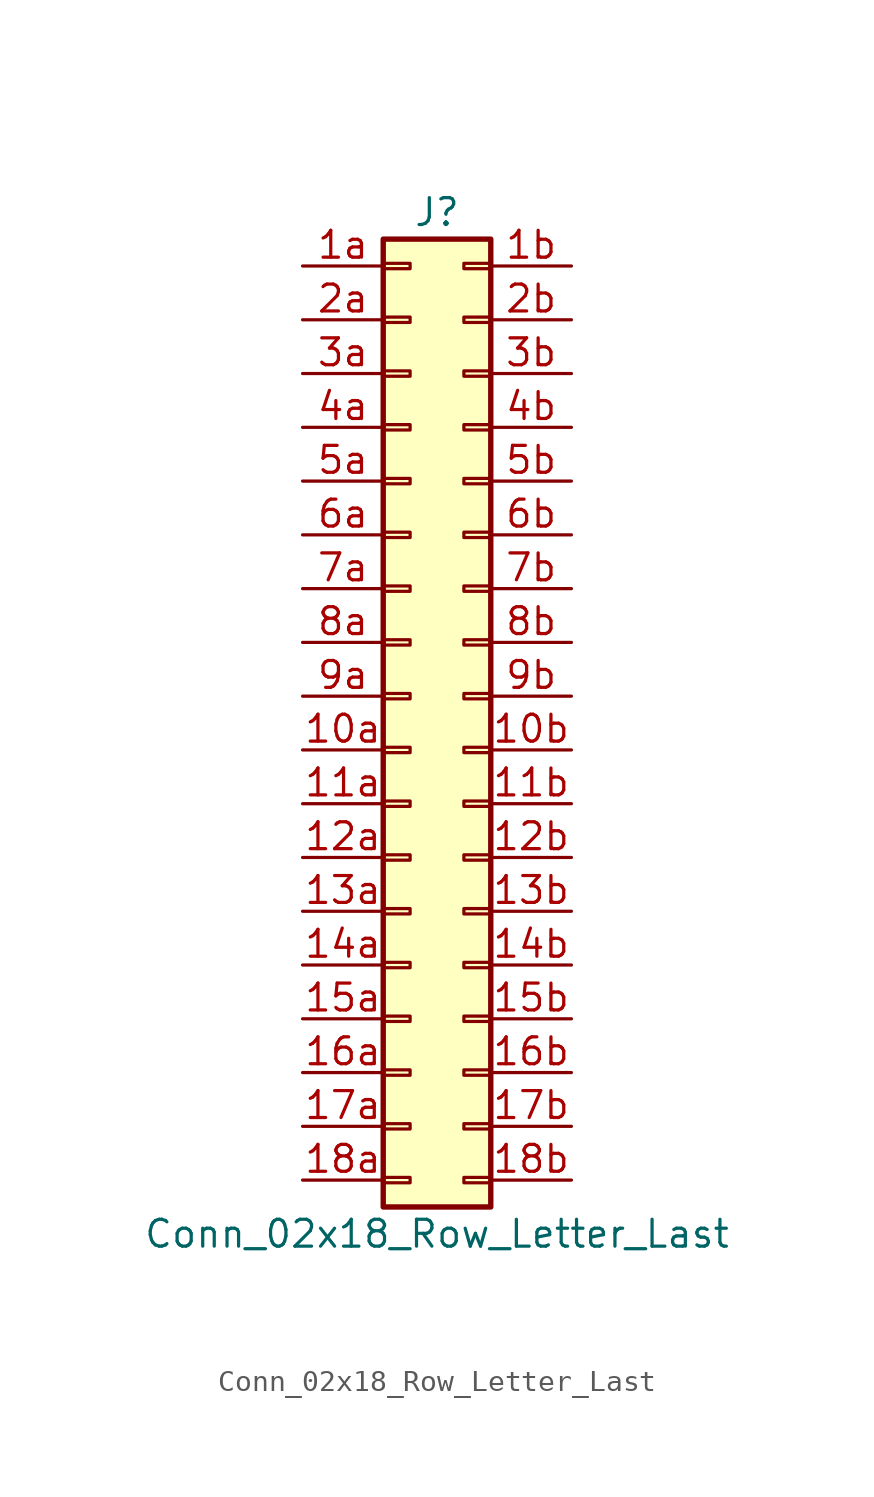
<source format=kicad_sym>
(kicad_symbol_lib
  (version 20220914)
  (generator kicad_symbol_editor)
  (symbol "Conn_02x18_Row_Letter_Last"
    (pin_names
      (offset 1.016) hide)
    (property "Reference" "J"
      (at 1.27 22.86 0)
      (effects (font (size 1.27 1.27))))
    (property "Value" "Conn_02x18_Row_Letter_Last"
      (at 1.27 -25.4 0)
      (effects (font (size 1.27 1.27))))
    (symbol "Conn_02x18_Row_Letter_Last_1_1"
      (rectangle (start -1.27 -22.733) (end 0 -22.987) (stroke (width 0.152) (type solid)) (fill (type none)))
      (rectangle (start -1.27 -20.193) (end 0 -20.447) (stroke (width 0.152) (type solid)) (fill (type none)))
      (rectangle (start -1.27 -17.653) (end 0 -17.907) (stroke (width 0.152) (type solid)) (fill (type none)))
      (rectangle (start -1.27 -15.113) (end 0 -15.367) (stroke (width 0.152) (type solid)) (fill (type none)))
      (rectangle (start -1.27 -12.573) (end 0 -12.827) (stroke (width 0.152) (type solid)) (fill (type none)))
      (rectangle (start -1.27 -10.033) (end 0 -10.287) (stroke (width 0.152) (type solid)) (fill (type none)))
      (rectangle (start -1.27 -7.493) (end 0 -7.747) (stroke (width 0.152) (type solid)) (fill (type none)))
      (rectangle (start -1.27 -4.953) (end 0 -5.207) (stroke (width 0.152) (type solid)) (fill (type none)))
      (rectangle (start -1.27 -2.413) (end 0 -2.667) (stroke (width 0.152) (type solid)) (fill (type none)))
      (rectangle (start -1.27 0.127) (end 0 -0.127) (stroke (width 0.152) (type solid)) (fill (type none)))
      (rectangle (start -1.27 2.667) (end 0 2.413) (stroke (width 0.152) (type solid)) (fill (type none)))
      (rectangle (start -1.27 5.207) (end 0 4.953) (stroke (width 0.152) (type solid)) (fill (type none)))
      (rectangle (start -1.27 7.747) (end 0 7.493) (stroke (width 0.152) (type solid)) (fill (type none)))
      (rectangle (start -1.27 10.287) (end 0 10.033) (stroke (width 0.152) (type solid)) (fill (type none)))
      (rectangle (start -1.27 12.827) (end 0 12.573) (stroke (width 0.152) (type solid)) (fill (type none)))
      (rectangle (start -1.27 15.367) (end 0 15.113) (stroke (width 0.152) (type solid)) (fill (type none)))
      (rectangle (start -1.27 17.907) (end 0 17.653) (stroke (width 0.152) (type solid)) (fill (type none)))
      (rectangle (start -1.27 20.447) (end 0 20.193) (stroke (width 0.152) (type solid)) (fill (type none)))
      (rectangle (start -1.27 21.59) (end 3.81 -24.13) (stroke (width 0.254) (type solid)) (fill (type background)))
      (rectangle (start 3.81 -22.733) (end 2.54 -22.987) (stroke (width 0.152) (type solid)) (fill (type none)))
      (rectangle (start 3.81 -20.193) (end 2.54 -20.447) (stroke (width 0.152) (type solid)) (fill (type none)))
      (rectangle (start 3.81 -17.653) (end 2.54 -17.907) (stroke (width 0.152) (type solid)) (fill (type none)))
      (rectangle (start 3.81 -15.113) (end 2.54 -15.367) (stroke (width 0.152) (type solid)) (fill (type none)))
      (rectangle (start 3.81 -12.573) (end 2.54 -12.827) (stroke (width 0.152) (type solid)) (fill (type none)))
      (rectangle (start 3.81 -10.033) (end 2.54 -10.287) (stroke (width 0.152) (type solid)) (fill (type none)))
      (rectangle (start 3.81 -7.493) (end 2.54 -7.747) (stroke (width 0.152) (type solid)) (fill (type none)))
      (rectangle (start 3.81 -4.953) (end 2.54 -5.207) (stroke (width 0.152) (type solid)) (fill (type none)))
      (rectangle (start 3.81 -2.413) (end 2.54 -2.667) (stroke (width 0.152) (type solid)) (fill (type none)))
      (rectangle (start 3.81 0.127) (end 2.54 -0.127) (stroke (width 0.152) (type solid)) (fill (type none)))
      (rectangle (start 3.81 2.667) (end 2.54 2.413) (stroke (width 0.152) (type solid)) (fill (type none)))
      (rectangle (start 3.81 5.207) (end 2.54 4.953) (stroke (width 0.152) (type solid)) (fill (type none)))
      (rectangle (start 3.81 7.747) (end 2.54 7.493) (stroke (width 0.152) (type solid)) (fill (type none)))
      (rectangle (start 3.81 10.287) (end 2.54 10.033) (stroke (width 0.152) (type solid)) (fill (type none)))
      (rectangle (start 3.81 12.827) (end 2.54 12.573) (stroke (width 0.152) (type solid)) (fill (type none)))
      (rectangle (start 3.81 15.367) (end 2.54 15.113) (stroke (width 0.152) (type solid)) (fill (type none)))
      (rectangle (start 3.81 17.907) (end 2.54 17.653) (stroke (width 0.152) (type solid)) (fill (type none)))
      (rectangle (start 3.81 20.447) (end 2.54 20.193) (stroke (width 0.152) (type solid)) (fill (type none)))
      (pin passive line (at -5.08 -2.54 0) (length 3.81) (name "Pin_10a" (effects (font (size 1.27 1.27)))) (number "10a" (effects (font (size 1.27 1.27)))))
      (pin passive line (at 7.62 -2.54 180) (length 3.81) (name "Pin_10b" (effects (font (size 1.27 1.27)))) (number "10b" (effects (font (size 1.27 1.27)))))
      (pin passive line (at -5.08 -5.08 0) (length 3.81) (name "Pin_11a" (effects (font (size 1.27 1.27)))) (number "11a" (effects (font (size 1.27 1.27)))))
      (pin passive line (at 7.62 -5.08 180) (length 3.81) (name "Pin_11b" (effects (font (size 1.27 1.27)))) (number "11b" (effects (font (size 1.27 1.27)))))
      (pin passive line (at -5.08 -7.62 0) (length 3.81) (name "Pin_12a" (effects (font (size 1.27 1.27)))) (number "12a" (effects (font (size 1.27 1.27)))))
      (pin passive line (at 7.62 -7.62 180) (length 3.81) (name "Pin_12b" (effects (font (size 1.27 1.27)))) (number "12b" (effects (font (size 1.27 1.27)))))
      (pin passive line (at -5.08 -10.16 0) (length 3.81) (name "Pin_13a" (effects (font (size 1.27 1.27)))) (number "13a" (effects (font (size 1.27 1.27)))))
      (pin passive line (at 7.62 -10.16 180) (length 3.81) (name "Pin_13b" (effects (font (size 1.27 1.27)))) (number "13b" (effects (font (size 1.27 1.27)))))
      (pin passive line (at -5.08 -12.7 0) (length 3.81) (name "Pin_14a" (effects (font (size 1.27 1.27)))) (number "14a" (effects (font (size 1.27 1.27)))))
      (pin passive line (at 7.62 -12.7 180) (length 3.81) (name "Pin_14b" (effects (font (size 1.27 1.27)))) (number "14b" (effects (font (size 1.27 1.27)))))
      (pin passive line (at -5.08 -15.24 0) (length 3.81) (name "Pin_15a" (effects (font (size 1.27 1.27)))) (number "15a" (effects (font (size 1.27 1.27)))))
      (pin passive line (at 7.62 -15.24 180) (length 3.81) (name "Pin_15b" (effects (font (size 1.27 1.27)))) (number "15b" (effects (font (size 1.27 1.27)))))
      (pin passive line (at -5.08 -17.78 0) (length 3.81) (name "Pin_16a" (effects (font (size 1.27 1.27)))) (number "16a" (effects (font (size 1.27 1.27)))))
      (pin passive line (at 7.62 -17.78 180) (length 3.81) (name "Pin_16b" (effects (font (size 1.27 1.27)))) (number "16b" (effects (font (size 1.27 1.27)))))
      (pin passive line (at -5.08 -20.32 0) (length 3.81) (name "Pin_17a" (effects (font (size 1.27 1.27)))) (number "17a" (effects (font (size 1.27 1.27)))))
      (pin passive line (at 7.62 -20.32 180) (length 3.81) (name "Pin_17b" (effects (font (size 1.27 1.27)))) (number "17b" (effects (font (size 1.27 1.27)))))
      (pin passive line (at -5.08 -22.86 0) (length 3.81) (name "Pin_18a" (effects (font (size 1.27 1.27)))) (number "18a" (effects (font (size 1.27 1.27)))))
      (pin passive line (at 7.62 -22.86 180) (length 3.81) (name "Pin_18b" (effects (font (size 1.27 1.27)))) (number "18b" (effects (font (size 1.27 1.27)))))
      (pin passive line (at -5.08 20.32 0) (length 3.81) (name "Pin_1a" (effects (font (size 1.27 1.27)))) (number "1a" (effects (font (size 1.27 1.27)))))
      (pin passive line (at 7.62 20.32 180) (length 3.81) (name "Pin_1b" (effects (font (size 1.27 1.27)))) (number "1b" (effects (font (size 1.27 1.27)))))
      (pin passive line (at -5.08 17.78 0) (length 3.81) (name "Pin_2a" (effects (font (size 1.27 1.27)))) (number "2a" (effects (font (size 1.27 1.27)))))
      (pin passive line (at 7.62 17.78 180) (length 3.81) (name "Pin_2b" (effects (font (size 1.27 1.27)))) (number "2b" (effects (font (size 1.27 1.27)))))
      (pin passive line (at -5.08 15.24 0) (length 3.81) (name "Pin_3a" (effects (font (size 1.27 1.27)))) (number "3a" (effects (font (size 1.27 1.27)))))
      (pin passive line (at 7.62 15.24 180) (length 3.81) (name "Pin_3b" (effects (font (size 1.27 1.27)))) (number "3b" (effects (font (size 1.27 1.27)))))
      (pin passive line (at -5.08 12.7 0) (length 3.81) (name "Pin_4a" (effects (font (size 1.27 1.27)))) (number "4a" (effects (font (size 1.27 1.27)))))
      (pin passive line (at 7.62 12.7 180) (length 3.81) (name "Pin_4b" (effects (font (size 1.27 1.27)))) (number "4b" (effects (font (size 1.27 1.27)))))
      (pin passive line (at -5.08 10.16 0) (length 3.81) (name "Pin_5a" (effects (font (size 1.27 1.27)))) (number "5a" (effects (font (size 1.27 1.27)))))
      (pin passive line (at 7.62 10.16 180) (length 3.81) (name "Pin_5b" (effects (font (size 1.27 1.27)))) (number "5b" (effects (font (size 1.27 1.27)))))
      (pin passive line (at -5.08 7.62 0) (length 3.81) (name "Pin_6a" (effects (font (size 1.27 1.27)))) (number "6a" (effects (font (size 1.27 1.27)))))
      (pin passive line (at 7.62 7.62 180) (length 3.81) (name "Pin_6b" (effects (font (size 1.27 1.27)))) (number "6b" (effects (font (size 1.27 1.27)))))
      (pin passive line (at -5.08 5.08 0) (length 3.81) (name "Pin_7a" (effects (font (size 1.27 1.27)))) (number "7a" (effects (font (size 1.27 1.27)))))
      (pin passive line (at 7.62 5.08 180) (length 3.81) (name "Pin_7b" (effects (font (size 1.27 1.27)))) (number "7b" (effects (font (size 1.27 1.27)))))
      (pin passive line (at -5.08 2.54 0) (length 3.81) (name "Pin_8a" (effects (font (size 1.27 1.27)))) (number "8a" (effects (font (size 1.27 1.27)))))
      (pin passive line (at 7.62 2.54 180) (length 3.81) (name "Pin_8b" (effects (font (size 1.27 1.27)))) (number "8b" (effects (font (size 1.27 1.27)))))
      (pin passive line (at -5.08 0 0) (length 3.81) (name "Pin_9a" (effects (font (size 1.27 1.27)))) (number "9a" (effects (font (size 1.27 1.27)))))
      (pin passive line (at 7.62 0 180) (length 3.81) (name "Pin_9b" (effects (font (size 1.27 1.27)))) (number "9b" (effects (font (size 1.27 1.27))))))))
</source>
